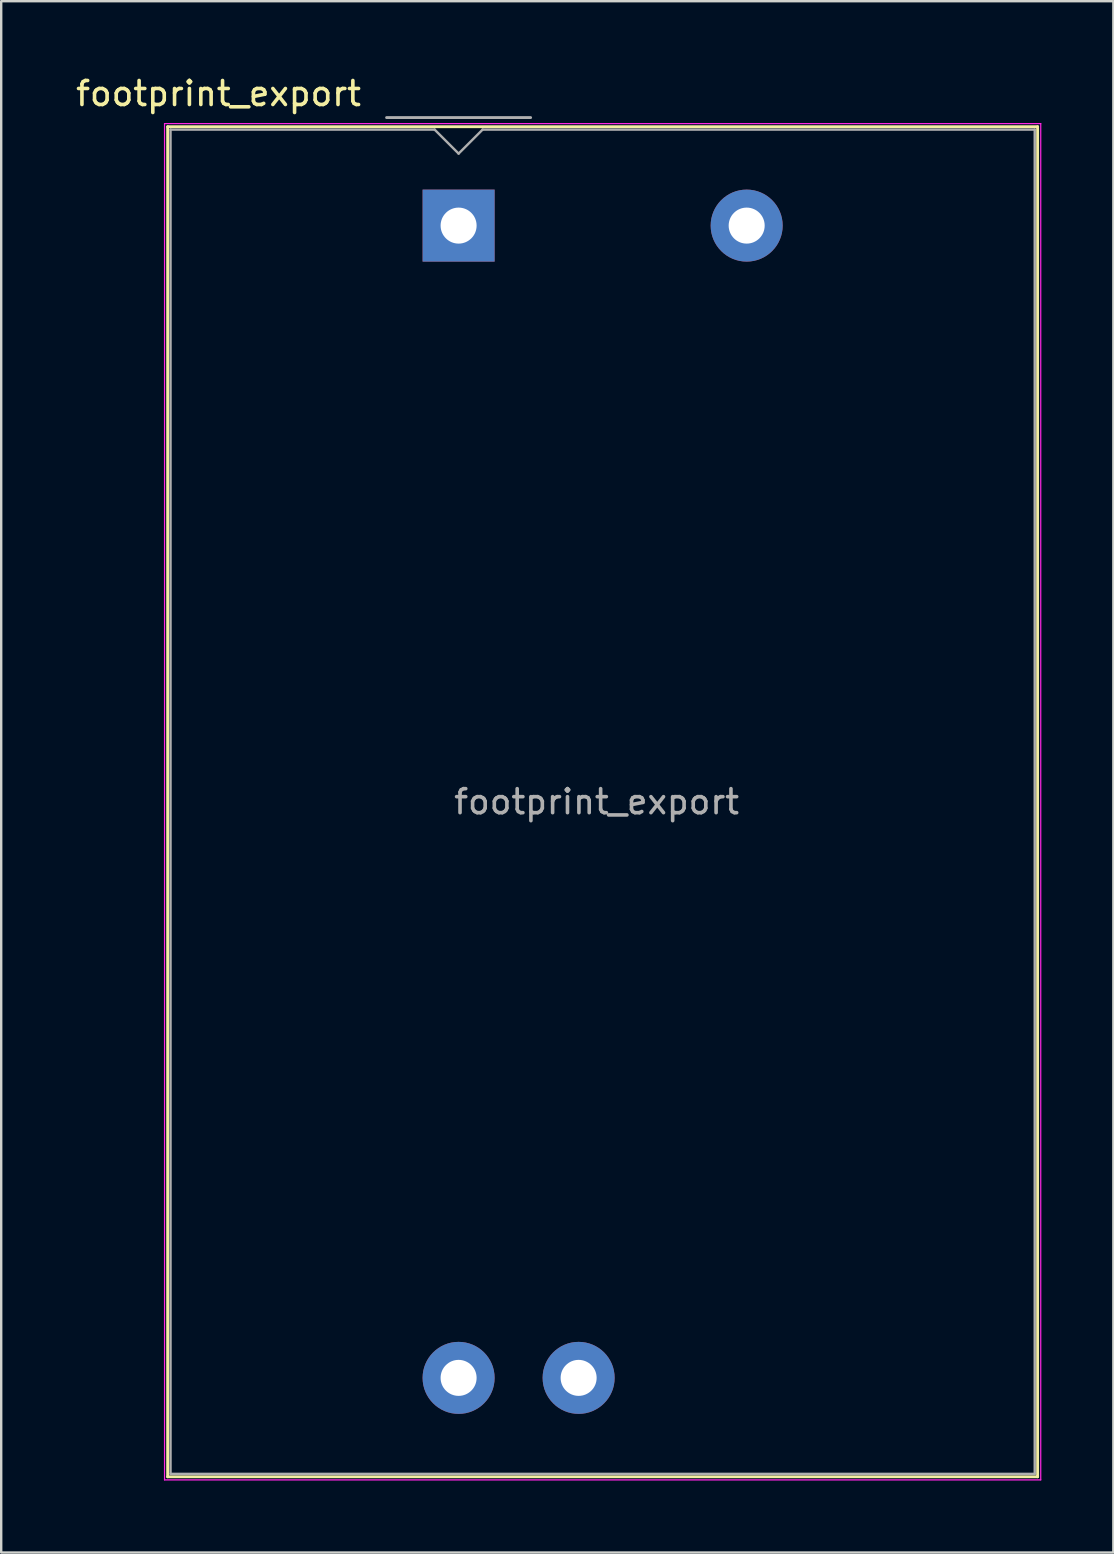
<source format=kicad_pcb>
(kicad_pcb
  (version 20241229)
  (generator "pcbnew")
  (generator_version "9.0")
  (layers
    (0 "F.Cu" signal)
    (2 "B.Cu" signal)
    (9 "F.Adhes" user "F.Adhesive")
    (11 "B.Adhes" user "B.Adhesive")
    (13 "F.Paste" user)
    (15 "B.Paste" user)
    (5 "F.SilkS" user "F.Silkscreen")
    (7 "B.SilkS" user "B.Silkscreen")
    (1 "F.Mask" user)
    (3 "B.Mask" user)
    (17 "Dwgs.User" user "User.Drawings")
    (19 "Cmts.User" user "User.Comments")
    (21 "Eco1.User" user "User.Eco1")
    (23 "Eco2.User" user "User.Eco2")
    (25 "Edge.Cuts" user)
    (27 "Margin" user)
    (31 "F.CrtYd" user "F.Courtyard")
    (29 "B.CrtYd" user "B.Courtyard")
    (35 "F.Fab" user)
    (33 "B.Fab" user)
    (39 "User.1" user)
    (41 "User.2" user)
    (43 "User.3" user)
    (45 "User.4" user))
  (footprint "footprint_export"
    (layer "F.Cu")
    (at 16.054 6.348)
    (property "Reference" "footprint_export" (at -10 -5.5 0) (layer "F.SilkS") (effects (font (size 1 1) (thickness 0.15))))
    (attr through_hole)
    (fp_line (start -12.12 -4.12) (end 24.12 -4.12) (stroke (width 0.12) (type solid)) (layer "F.SilkS"))
    (fp_line (start -12.12 52.12) (end -12.12 -4.12) (stroke (width 0.12) (type solid)) (layer "F.SilkS"))
    (fp_line (start 24.12 -4.12) (end 24.12 52.12) (stroke (width 0.12) (type solid)) (layer "F.SilkS"))
    (fp_line (start 24.12 52.12) (end -12.12 52.12) (stroke (width 0.12) (type solid)) (layer "F.SilkS"))
    (fp_line (start -12.25 -4.25) (end 24.25 -4.25) (stroke (width 0.05) (type solid)) (layer "F.CrtYd"))
    (fp_line (start -12.25 52.25) (end -12.25 -4.25) (stroke (width 0.05) (type solid)) (layer "F.CrtYd"))
    (fp_line (start 24.25 -4.25) (end 24.25 52.25) (stroke (width 0.05) (type solid)) (layer "F.CrtYd"))
    (fp_line (start 24.25 52.25) (end -12.25 52.25) (stroke (width 0.05) (type solid)) (layer "F.CrtYd"))
    (fp_line (start -12 -4) (end -1 -4) (stroke (width 0.1) (type solid)) (layer "F.Fab"))
    (fp_line (start -12 52) (end -12 -4) (stroke (width 0.1) (type solid)) (layer "F.Fab"))
    (fp_line (start -3 -4.5) (end 3 -4.5) (stroke (width 0.12) (type solid)) (layer "F.Fab"))
    (fp_line (start -1 -4) (end 0 -3) (stroke (width 0.1) (type solid)) (layer "F.Fab"))
    (fp_line (start 0 -3) (end 1 -4) (stroke (width 0.1) (type solid)) (layer "F.Fab"))
    (fp_line (start 1 -4) (end 24 -4) (stroke (width 0.1) (type solid)) (layer "F.Fab"))
    (fp_line (start 24 -4) (end 24 52) (stroke (width 0.1) (type solid)) (layer "F.Fab"))
    (fp_line (start 24 52) (end -12 52) (stroke (width 0.1) (type solid)) (layer "F.Fab"))
    (fp_text user "${REFERENCE}" (at 5.75 24 0) (layer "F.Fab") (effects (font (size 1 1) (thickness 0.15))))
    (pad "1" thru_hole rect (at 0 0) (size 3 3) (drill 1.5) (layers "*.Cu" "*.Mask"))
    (pad "2" thru_hole circle (at 12 0) (size 3 3) (drill 1.5) (layers "*.Cu" "*.Mask"))
    (pad "3" thru_hole circle (at 0 48) (size 3 3) (drill 1.5) (layers "*.Cu" "*.Mask"))
    (pad "4" thru_hole circle (at 5 48) (size 3 3) (drill 1.5) (layers "*.Cu" "*.Mask")))
  (gr_rect
    (start -3 -3)
    (end 43.329 61.623)
    (stroke (width 0.1) (type default))
    (fill no)
    (layer "Edge.Cuts")))
</source>
